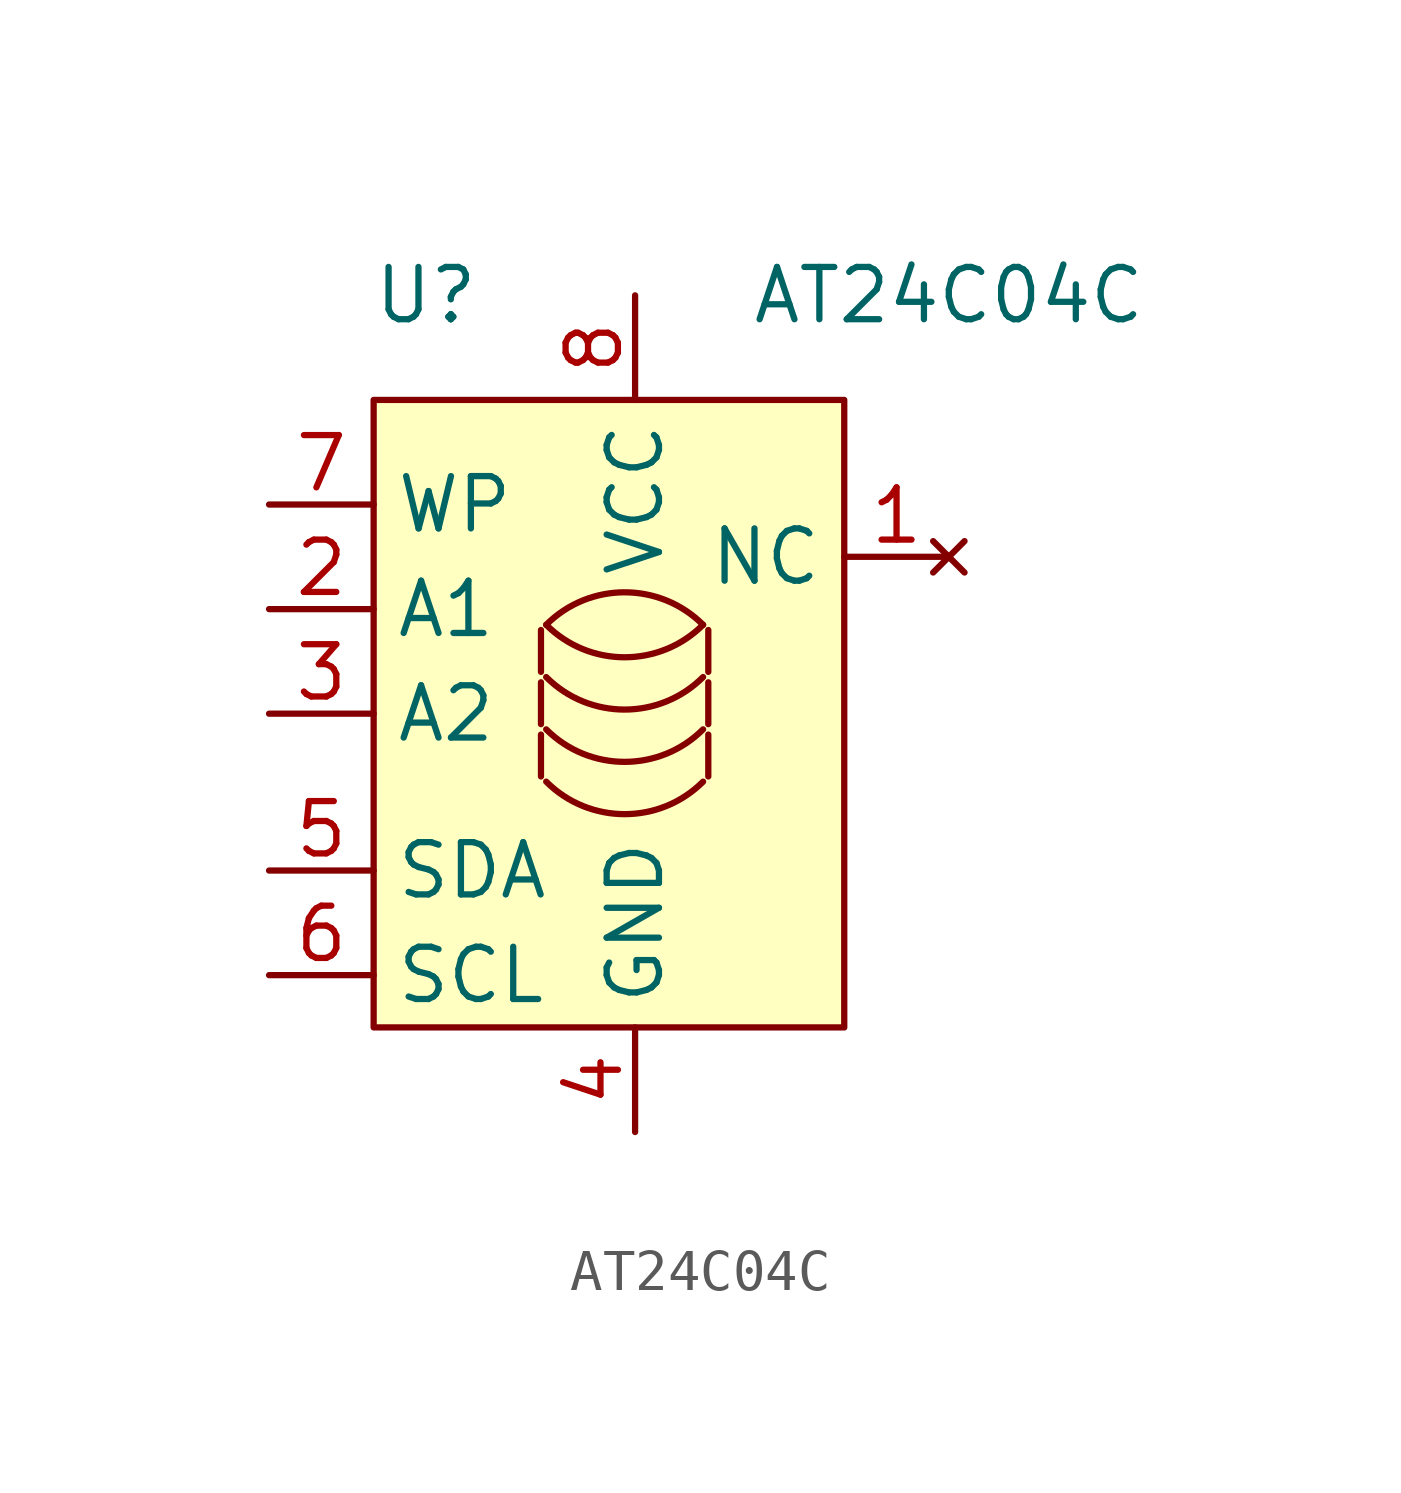
<source format=kicad_sym>
(kicad_symbol_lib
  (version 20220914)
  (generator kicad_symbol_editor)
  (symbol "AT24C04C"
    (property "Reference" "U"
      (at -3.81 8.89 0)
      (effects (font (size 1.27 1.27))))
    (property "Value" "AT24C04C"
      (at 8.89 8.89 0)
      (effects (font (size 1.27 1.27))))
    (symbol "AT24C04C_0_1"
      (rectangle (start -5.08 6.35) (end 6.35 -8.89) (stroke (width 0) (type default)) (fill (type background)))
      (arc (start -0.889 -2.921) (mid 1.016 -3.7101) (end 2.921 -2.921) (stroke (width 0) (type default)) (fill (type none)))
      (arc (start -0.889 -1.6509) (mid 1.016 -2.44) (end 2.921 -1.6509) (stroke (width 0) (type default)) (fill (type none)))
      (arc (start -0.889 -0.3809) (mid 1.016 -1.17) (end 2.921 -0.3809) (stroke (width 0) (type default)) (fill (type none)))
      (arc (start -0.889 0.8891) (mid 1.016 0.1) (end 2.921 0.8891) (stroke (width 0) (type default)) (fill (type none)))
      (polyline (pts (xy -1.016 -1.778) (xy -1.016 -2.794)) (stroke (width 0) (type default)) (fill (type none)))
      (polyline (pts (xy -1.016 -0.508) (xy -1.016 -1.524)) (stroke (width 0) (type default)) (fill (type none)))
      (polyline (pts (xy -1.016 0.762) (xy -1.016 -0.254)) (stroke (width 0) (type default)) (fill (type none)))
      (polyline (pts (xy 3.048 -1.778) (xy 3.048 -2.794)) (stroke (width 0) (type default)) (fill (type none)))
      (polyline (pts (xy 3.048 -0.508) (xy 3.048 -1.524)) (stroke (width 0) (type default)) (fill (type none)))
      (polyline (pts (xy 3.048 0.762) (xy 3.048 -0.254)) (stroke (width 0) (type default)) (fill (type none)))
      (arc (start 2.921 0.8889) (mid 1.016 1.678) (end -0.889 0.8889) (stroke (width 0) (type default)) (fill (type none))))
    (symbol "AT24C04C_1_1"
      (pin no_connect line (at 8.89 2.54 180) (length 2.54) (name "NC" (effects (font (size 1.27 1.27)))) (number "1" (effects (font (size 1.27 1.27)))))
      (pin input line (at -7.62 1.27 0) (length 2.54) (name "A1" (effects (font (size 1.27 1.27)))) (number "2" (effects (font (size 1.27 1.27)))))
      (pin input line (at -7.62 -1.27 0) (length 2.54) (name "A2" (effects (font (size 1.27 1.27)))) (number "3" (effects (font (size 1.27 1.27)))))
      (pin power_in line (at 1.27 -11.43 90) (length 2.54) (name "GND" (effects (font (size 1.27 1.27)))) (number "4" (effects (font (size 1.27 1.27)))))
      (pin bidirectional line (at -7.62 -5.08 0) (length 2.54) (name "SDA" (effects (font (size 1.27 1.27)))) (number "5" (effects (font (size 1.27 1.27)))))
      (pin input line (at -7.62 -7.62 0) (length 2.54) (name "SCL" (effects (font (size 1.27 1.27)))) (number "6" (effects (font (size 1.27 1.27)))))
      (pin input line (at -7.62 3.81 0) (length 2.54) (name "WP" (effects (font (size 1.27 1.27)))) (number "7" (effects (font (size 1.27 1.27)))))
      (pin power_in line (at 1.27 8.89 270) (length 2.54) (name "VCC" (effects (font (size 1.27 1.27)))) (number "8" (effects (font (size 1.27 1.27))))))))
</source>
